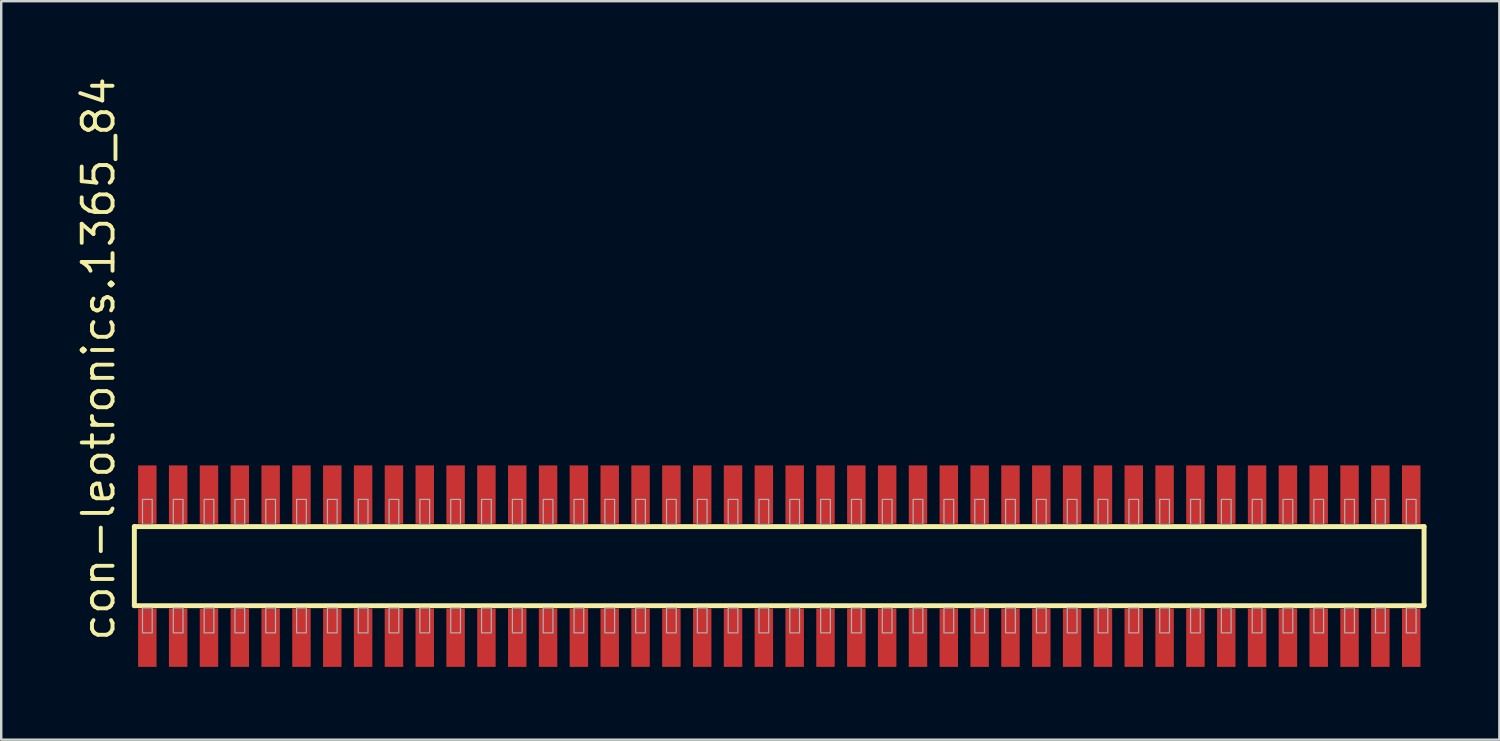
<source format=kicad_pcb>
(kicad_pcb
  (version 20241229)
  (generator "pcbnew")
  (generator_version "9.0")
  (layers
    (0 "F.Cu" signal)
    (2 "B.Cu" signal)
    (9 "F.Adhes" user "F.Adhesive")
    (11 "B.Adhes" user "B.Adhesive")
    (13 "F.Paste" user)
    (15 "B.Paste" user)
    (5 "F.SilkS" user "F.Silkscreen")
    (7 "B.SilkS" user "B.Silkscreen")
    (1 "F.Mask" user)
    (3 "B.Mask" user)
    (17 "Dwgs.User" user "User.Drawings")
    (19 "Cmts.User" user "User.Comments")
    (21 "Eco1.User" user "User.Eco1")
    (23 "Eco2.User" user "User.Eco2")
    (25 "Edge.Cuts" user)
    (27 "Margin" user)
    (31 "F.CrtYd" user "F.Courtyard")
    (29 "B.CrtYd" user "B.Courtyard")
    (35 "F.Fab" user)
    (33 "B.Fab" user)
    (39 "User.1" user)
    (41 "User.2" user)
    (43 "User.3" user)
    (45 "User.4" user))
  (footprint "con-leotronics.1365_84"
    (layer "F.Cu")
    (at 29.055 20.274)
    (property "Reference" "con-leotronics.1365_84" (at -27.305 3.175 90) (layer "F.SilkS") (effects (font (size 1.27 1.27) (thickness 0.16)) (justify left bottom)))
    (attr smd)
    (fp_line (start -26.57 -1.63) (end 26.565 -1.63) (stroke (width 0.203) (type default)) (layer "F.SilkS"))
    (fp_line (start -26.57 1.63) (end -26.57 -1.63) (stroke (width 0.203) (type default)) (layer "F.SilkS"))
    (fp_line (start 26.565 -1.63) (end 26.565 1.63) (stroke (width 0.203) (type default)) (layer "F.SilkS"))
    (fp_line (start 26.565 1.63) (end -26.57 1.63) (stroke (width 0.203) (type default)) (layer "F.SilkS"))
    (fp_rect (start -26.235 -1.725) (end -25.835 -2.75) (stroke (width 0.05) (type default)) (fill no) (layer "F.Fab"))
    (fp_rect (start -26.235 2.75) (end -25.835 1.725) (stroke (width 0.05) (type default)) (fill no) (layer "F.Fab"))
    (fp_rect (start -24.965 -1.725) (end -24.565 -2.75) (stroke (width 0.05) (type default)) (fill no) (layer "F.Fab"))
    (fp_rect (start -24.965 2.75) (end -24.565 1.725) (stroke (width 0.05) (type default)) (fill no) (layer "F.Fab"))
    (fp_rect (start -23.695 -1.725) (end -23.295 -2.75) (stroke (width 0.05) (type default)) (fill no) (layer "F.Fab"))
    (fp_rect (start -23.695 2.75) (end -23.295 1.725) (stroke (width 0.05) (type default)) (fill no) (layer "F.Fab"))
    (fp_rect (start -22.425 -1.725) (end -22.025 -2.75) (stroke (width 0.05) (type default)) (fill no) (layer "F.Fab"))
    (fp_rect (start -22.425 2.75) (end -22.025 1.725) (stroke (width 0.05) (type default)) (fill no) (layer "F.Fab"))
    (fp_rect (start -21.155 -1.725) (end -20.755 -2.75) (stroke (width 0.05) (type default)) (fill no) (layer "F.Fab"))
    (fp_rect (start -21.155 2.75) (end -20.755 1.725) (stroke (width 0.05) (type default)) (fill no) (layer "F.Fab"))
    (fp_rect (start -19.885 -1.725) (end -19.485 -2.75) (stroke (width 0.05) (type default)) (fill no) (layer "F.Fab"))
    (fp_rect (start -19.885 2.75) (end -19.485 1.725) (stroke (width 0.05) (type default)) (fill no) (layer "F.Fab"))
    (fp_rect (start -18.615 -1.725) (end -18.215 -2.75) (stroke (width 0.05) (type default)) (fill no) (layer "F.Fab"))
    (fp_rect (start -18.615 2.75) (end -18.215 1.725) (stroke (width 0.05) (type default)) (fill no) (layer "F.Fab"))
    (fp_rect (start -17.345 -1.725) (end -16.945 -2.75) (stroke (width 0.05) (type default)) (fill no) (layer "F.Fab"))
    (fp_rect (start -17.345 2.75) (end -16.945 1.725) (stroke (width 0.05) (type default)) (fill no) (layer "F.Fab"))
    (fp_rect (start -16.075 -1.725) (end -15.675 -2.75) (stroke (width 0.05) (type default)) (fill no) (layer "F.Fab"))
    (fp_rect (start -16.075 2.75) (end -15.675 1.725) (stroke (width 0.05) (type default)) (fill no) (layer "F.Fab"))
    (fp_rect (start -14.805 -1.725) (end -14.405 -2.75) (stroke (width 0.05) (type default)) (fill no) (layer "F.Fab"))
    (fp_rect (start -14.805 2.75) (end -14.405 1.725) (stroke (width 0.05) (type default)) (fill no) (layer "F.Fab"))
    (fp_rect (start -13.535 -1.725) (end -13.135 -2.75) (stroke (width 0.05) (type default)) (fill no) (layer "F.Fab"))
    (fp_rect (start -13.535 2.75) (end -13.135 1.725) (stroke (width 0.05) (type default)) (fill no) (layer "F.Fab"))
    (fp_rect (start -12.265 -1.725) (end -11.865 -2.75) (stroke (width 0.05) (type default)) (fill no) (layer "F.Fab"))
    (fp_rect (start -12.265 2.75) (end -11.865 1.725) (stroke (width 0.05) (type default)) (fill no) (layer "F.Fab"))
    (fp_rect (start -10.995 -1.725) (end -10.595 -2.75) (stroke (width 0.05) (type default)) (fill no) (layer "F.Fab"))
    (fp_rect (start -10.995 2.75) (end -10.595 1.725) (stroke (width 0.05) (type default)) (fill no) (layer "F.Fab"))
    (fp_rect (start -9.725 -1.725) (end -9.325 -2.75) (stroke (width 0.05) (type default)) (fill no) (layer "F.Fab"))
    (fp_rect (start -9.725 2.75) (end -9.325 1.725) (stroke (width 0.05) (type default)) (fill no) (layer "F.Fab"))
    (fp_rect (start -8.455 -1.725) (end -8.055 -2.75) (stroke (width 0.05) (type default)) (fill no) (layer "F.Fab"))
    (fp_rect (start -8.455 2.75) (end -8.055 1.725) (stroke (width 0.05) (type default)) (fill no) (layer "F.Fab"))
    (fp_rect (start -7.185 -1.725) (end -6.785 -2.75) (stroke (width 0.05) (type default)) (fill no) (layer "F.Fab"))
    (fp_rect (start -7.185 2.75) (end -6.785 1.725) (stroke (width 0.05) (type default)) (fill no) (layer "F.Fab"))
    (fp_rect (start -5.915 -1.725) (end -5.515 -2.75) (stroke (width 0.05) (type default)) (fill no) (layer "F.Fab"))
    (fp_rect (start -5.915 2.75) (end -5.515 1.725) (stroke (width 0.05) (type default)) (fill no) (layer "F.Fab"))
    (fp_rect (start -4.645 -1.725) (end -4.245 -2.75) (stroke (width 0.05) (type default)) (fill no) (layer "F.Fab"))
    (fp_rect (start -4.645 2.75) (end -4.245 1.725) (stroke (width 0.05) (type default)) (fill no) (layer "F.Fab"))
    (fp_rect (start -3.375 -1.725) (end -2.975 -2.75) (stroke (width 0.05) (type default)) (fill no) (layer "F.Fab"))
    (fp_rect (start -3.375 2.75) (end -2.975 1.725) (stroke (width 0.05) (type default)) (fill no) (layer "F.Fab"))
    (fp_rect (start -2.105 -1.725) (end -1.705 -2.75) (stroke (width 0.05) (type default)) (fill no) (layer "F.Fab"))
    (fp_rect (start -2.105 2.75) (end -1.705 1.725) (stroke (width 0.05) (type default)) (fill no) (layer "F.Fab"))
    (fp_rect (start -0.835 -1.725) (end -0.435 -2.75) (stroke (width 0.05) (type default)) (fill no) (layer "F.Fab"))
    (fp_rect (start -0.835 2.75) (end -0.435 1.725) (stroke (width 0.05) (type default)) (fill no) (layer "F.Fab"))
    (fp_rect (start 0.435 -1.725) (end 0.835 -2.75) (stroke (width 0.05) (type default)) (fill no) (layer "F.Fab"))
    (fp_rect (start 0.435 2.75) (end 0.835 1.725) (stroke (width 0.05) (type default)) (fill no) (layer "F.Fab"))
    (fp_rect (start 1.705 -1.725) (end 2.105 -2.75) (stroke (width 0.05) (type default)) (fill no) (layer "F.Fab"))
    (fp_rect (start 1.705 2.75) (end 2.105 1.725) (stroke (width 0.05) (type default)) (fill no) (layer "F.Fab"))
    (fp_rect (start 2.975 -1.725) (end 3.375 -2.75) (stroke (width 0.05) (type default)) (fill no) (layer "F.Fab"))
    (fp_rect (start 2.975 2.75) (end 3.375 1.725) (stroke (width 0.05) (type default)) (fill no) (layer "F.Fab"))
    (fp_rect (start 4.245 -1.725) (end 4.645 -2.75) (stroke (width 0.05) (type default)) (fill no) (layer "F.Fab"))
    (fp_rect (start 4.245 2.75) (end 4.645 1.725) (stroke (width 0.05) (type default)) (fill no) (layer "F.Fab"))
    (fp_rect (start 5.515 -1.725) (end 5.915 -2.75) (stroke (width 0.05) (type default)) (fill no) (layer "F.Fab"))
    (fp_rect (start 5.515 2.75) (end 5.915 1.725) (stroke (width 0.05) (type default)) (fill no) (layer "F.Fab"))
    (fp_rect (start 6.785 -1.725) (end 7.185 -2.75) (stroke (width 0.05) (type default)) (fill no) (layer "F.Fab"))
    (fp_rect (start 6.785 2.75) (end 7.185 1.725) (stroke (width 0.05) (type default)) (fill no) (layer "F.Fab"))
    (fp_rect (start 8.055 -1.725) (end 8.455 -2.75) (stroke (width 0.05) (type default)) (fill no) (layer "F.Fab"))
    (fp_rect (start 8.055 2.75) (end 8.455 1.725) (stroke (width 0.05) (type default)) (fill no) (layer "F.Fab"))
    (fp_rect (start 9.325 -1.725) (end 9.725 -2.75) (stroke (width 0.05) (type default)) (fill no) (layer "F.Fab"))
    (fp_rect (start 9.325 2.75) (end 9.725 1.725) (stroke (width 0.05) (type default)) (fill no) (layer "F.Fab"))
    (fp_rect (start 10.595 -1.725) (end 10.995 -2.75) (stroke (width 0.05) (type default)) (fill no) (layer "F.Fab"))
    (fp_rect (start 10.595 2.75) (end 10.995 1.725) (stroke (width 0.05) (type default)) (fill no) (layer "F.Fab"))
    (fp_rect (start 11.865 -1.725) (end 12.265 -2.75) (stroke (width 0.05) (type default)) (fill no) (layer "F.Fab"))
    (fp_rect (start 11.865 2.75) (end 12.265 1.725) (stroke (width 0.05) (type default)) (fill no) (layer "F.Fab"))
    (fp_rect (start 13.135 -1.725) (end 13.535 -2.75) (stroke (width 0.05) (type default)) (fill no) (layer "F.Fab"))
    (fp_rect (start 13.135 2.75) (end 13.535 1.725) (stroke (width 0.05) (type default)) (fill no) (layer "F.Fab"))
    (fp_rect (start 14.405 -1.725) (end 14.805 -2.75) (stroke (width 0.05) (type default)) (fill no) (layer "F.Fab"))
    (fp_rect (start 14.405 2.75) (end 14.805 1.725) (stroke (width 0.05) (type default)) (fill no) (layer "F.Fab"))
    (fp_rect (start 15.675 -1.725) (end 16.075 -2.75) (stroke (width 0.05) (type default)) (fill no) (layer "F.Fab"))
    (fp_rect (start 15.675 2.75) (end 16.075 1.725) (stroke (width 0.05) (type default)) (fill no) (layer "F.Fab"))
    (fp_rect (start 16.945 -1.725) (end 17.345 -2.75) (stroke (width 0.05) (type default)) (fill no) (layer "F.Fab"))
    (fp_rect (start 16.945 2.75) (end 17.345 1.725) (stroke (width 0.05) (type default)) (fill no) (layer "F.Fab"))
    (fp_rect (start 18.215 -1.725) (end 18.615 -2.75) (stroke (width 0.05) (type default)) (fill no) (layer "F.Fab"))
    (fp_rect (start 18.215 2.75) (end 18.615 1.725) (stroke (width 0.05) (type default)) (fill no) (layer "F.Fab"))
    (fp_rect (start 19.485 -1.725) (end 19.885 -2.75) (stroke (width 0.05) (type default)) (fill no) (layer "F.Fab"))
    (fp_rect (start 19.485 2.75) (end 19.885 1.725) (stroke (width 0.05) (type default)) (fill no) (layer "F.Fab"))
    (fp_rect (start 20.755 -1.725) (end 21.155 -2.75) (stroke (width 0.05) (type default)) (fill no) (layer "F.Fab"))
    (fp_rect (start 20.755 2.75) (end 21.155 1.725) (stroke (width 0.05) (type default)) (fill no) (layer "F.Fab"))
    (fp_rect (start 22.025 -1.725) (end 22.425 -2.75) (stroke (width 0.05) (type default)) (fill no) (layer "F.Fab"))
    (fp_rect (start 22.025 2.75) (end 22.425 1.725) (stroke (width 0.05) (type default)) (fill no) (layer "F.Fab"))
    (fp_rect (start 23.295 -1.725) (end 23.695 -2.75) (stroke (width 0.05) (type default)) (fill no) (layer "F.Fab"))
    (fp_rect (start 23.295 2.75) (end 23.695 1.725) (stroke (width 0.05) (type default)) (fill no) (layer "F.Fab"))
    (fp_rect (start 24.565 -1.725) (end 24.965 -2.75) (stroke (width 0.05) (type default)) (fill no) (layer "F.Fab"))
    (fp_rect (start 24.565 2.75) (end 24.965 1.725) (stroke (width 0.05) (type default)) (fill no) (layer "F.Fab"))
    (fp_rect (start 25.835 -1.725) (end 26.235 -2.75) (stroke (width 0.05) (type default)) (fill no) (layer "F.Fab"))
    (fp_rect (start 25.835 2.75) (end 26.235 1.725) (stroke (width 0.05) (type default)) (fill no) (layer "F.Fab"))
    (pad "1" smd roundrect (at -26.035 2.95) (size 0.76 2.4) (layers "F.Cu" "F.Mask" "F.Paste") (roundrect_rratio 0.01))
    (pad "2" smd roundrect (at -26.035 -2.95) (size 0.76 2.4) (layers "F.Cu" "F.Mask" "F.Paste") (roundrect_rratio 0.01))
    (pad "3" smd roundrect (at -24.765 2.95) (size 0.76 2.4) (layers "F.Cu" "F.Mask" "F.Paste") (roundrect_rratio 0.01))
    (pad "4" smd roundrect (at -24.765 -2.95) (size 0.76 2.4) (layers "F.Cu" "F.Mask" "F.Paste") (roundrect_rratio 0.01))
    (pad "5" smd roundrect (at -23.495 2.95) (size 0.76 2.4) (layers "F.Cu" "F.Mask" "F.Paste") (roundrect_rratio 0.01))
    (pad "6" smd roundrect (at -23.495 -2.95) (size 0.76 2.4) (layers "F.Cu" "F.Mask" "F.Paste") (roundrect_rratio 0.01))
    (pad "7" smd roundrect (at -22.225 2.95) (size 0.76 2.4) (layers "F.Cu" "F.Mask" "F.Paste") (roundrect_rratio 0.01))
    (pad "8" smd roundrect (at -22.225 -2.95) (size 0.76 2.4) (layers "F.Cu" "F.Mask" "F.Paste") (roundrect_rratio 0.01))
    (pad "9" smd roundrect (at -20.955 2.95) (size 0.76 2.4) (layers "F.Cu" "F.Mask" "F.Paste") (roundrect_rratio 0.01))
    (pad "10" smd roundrect (at -20.955 -2.95) (size 0.76 2.4) (layers "F.Cu" "F.Mask" "F.Paste") (roundrect_rratio 0.01))
    (pad "11" smd roundrect (at -19.685 2.95) (size 0.76 2.4) (layers "F.Cu" "F.Mask" "F.Paste") (roundrect_rratio 0.01))
    (pad "12" smd roundrect (at -19.685 -2.95) (size 0.76 2.4) (layers "F.Cu" "F.Mask" "F.Paste") (roundrect_rratio 0.01))
    (pad "13" smd roundrect (at -18.415 2.95) (size 0.76 2.4) (layers "F.Cu" "F.Mask" "F.Paste") (roundrect_rratio 0.01))
    (pad "14" smd roundrect (at -18.415 -2.95) (size 0.76 2.4) (layers "F.Cu" "F.Mask" "F.Paste") (roundrect_rratio 0.01))
    (pad "15" smd roundrect (at -17.145 2.95) (size 0.76 2.4) (layers "F.Cu" "F.Mask" "F.Paste") (roundrect_rratio 0.01))
    (pad "16" smd roundrect (at -17.145 -2.95) (size 0.76 2.4) (layers "F.Cu" "F.Mask" "F.Paste") (roundrect_rratio 0.01))
    (pad "17" smd roundrect (at -15.875 2.95) (size 0.76 2.4) (layers "F.Cu" "F.Mask" "F.Paste") (roundrect_rratio 0.01))
    (pad "18" smd roundrect (at -15.875 -2.95) (size 0.76 2.4) (layers "F.Cu" "F.Mask" "F.Paste") (roundrect_rratio 0.01))
    (pad "19" smd roundrect (at -14.605 2.95) (size 0.76 2.4) (layers "F.Cu" "F.Mask" "F.Paste") (roundrect_rratio 0.01))
    (pad "20" smd roundrect (at -14.605 -2.95) (size 0.76 2.4) (layers "F.Cu" "F.Mask" "F.Paste") (roundrect_rratio 0.01))
    (pad "21" smd roundrect (at -13.335 2.95) (size 0.76 2.4) (layers "F.Cu" "F.Mask" "F.Paste") (roundrect_rratio 0.01))
    (pad "22" smd roundrect (at -13.335 -2.95) (size 0.76 2.4) (layers "F.Cu" "F.Mask" "F.Paste") (roundrect_rratio 0.01))
    (pad "23" smd roundrect (at -12.065 2.95) (size 0.76 2.4) (layers "F.Cu" "F.Mask" "F.Paste") (roundrect_rratio 0.01))
    (pad "24" smd roundrect (at -12.065 -2.95) (size 0.76 2.4) (layers "F.Cu" "F.Mask" "F.Paste") (roundrect_rratio 0.01))
    (pad "25" smd roundrect (at -10.795 2.95) (size 0.76 2.4) (layers "F.Cu" "F.Mask" "F.Paste") (roundrect_rratio 0.01))
    (pad "26" smd roundrect (at -10.795 -2.95) (size 0.76 2.4) (layers "F.Cu" "F.Mask" "F.Paste") (roundrect_rratio 0.01))
    (pad "27" smd roundrect (at -9.525 2.95) (size 0.76 2.4) (layers "F.Cu" "F.Mask" "F.Paste") (roundrect_rratio 0.01))
    (pad "28" smd roundrect (at -9.525 -2.95) (size 0.76 2.4) (layers "F.Cu" "F.Mask" "F.Paste") (roundrect_rratio 0.01))
    (pad "29" smd roundrect (at -8.255 2.95) (size 0.76 2.4) (layers "F.Cu" "F.Mask" "F.Paste") (roundrect_rratio 0.01))
    (pad "30" smd roundrect (at -8.255 -2.95) (size 0.76 2.4) (layers "F.Cu" "F.Mask" "F.Paste") (roundrect_rratio 0.01))
    (pad "31" smd roundrect (at -6.985 2.95) (size 0.76 2.4) (layers "F.Cu" "F.Mask" "F.Paste") (roundrect_rratio 0.01))
    (pad "32" smd roundrect (at -6.985 -2.95) (size 0.76 2.4) (layers "F.Cu" "F.Mask" "F.Paste") (roundrect_rratio 0.01))
    (pad "33" smd roundrect (at -5.715 2.95) (size 0.76 2.4) (layers "F.Cu" "F.Mask" "F.Paste") (roundrect_rratio 0.01))
    (pad "34" smd roundrect (at -5.715 -2.95) (size 0.76 2.4) (layers "F.Cu" "F.Mask" "F.Paste") (roundrect_rratio 0.01))
    (pad "35" smd roundrect (at -4.445 2.95) (size 0.76 2.4) (layers "F.Cu" "F.Mask" "F.Paste") (roundrect_rratio 0.01))
    (pad "36" smd roundrect (at -4.445 -2.95) (size 0.76 2.4) (layers "F.Cu" "F.Mask" "F.Paste") (roundrect_rratio 0.01))
    (pad "37" smd roundrect (at -3.175 2.95) (size 0.76 2.4) (layers "F.Cu" "F.Mask" "F.Paste") (roundrect_rratio 0.01))
    (pad "38" smd roundrect (at -3.175 -2.95) (size 0.76 2.4) (layers "F.Cu" "F.Mask" "F.Paste") (roundrect_rratio 0.01))
    (pad "39" smd roundrect (at -1.905 2.95) (size 0.76 2.4) (layers "F.Cu" "F.Mask" "F.Paste") (roundrect_rratio 0.01))
    (pad "40" smd roundrect (at -1.905 -2.95) (size 0.76 2.4) (layers "F.Cu" "F.Mask" "F.Paste") (roundrect_rratio 0.01))
    (pad "41" smd roundrect (at -0.635 2.95) (size 0.76 2.4) (layers "F.Cu" "F.Mask" "F.Paste") (roundrect_rratio 0.01))
    (pad "42" smd roundrect (at -0.635 -2.95) (size 0.76 2.4) (layers "F.Cu" "F.Mask" "F.Paste") (roundrect_rratio 0.01))
    (pad "43" smd roundrect (at 0.635 2.95) (size 0.76 2.4) (layers "F.Cu" "F.Mask" "F.Paste") (roundrect_rratio 0.01))
    (pad "44" smd roundrect (at 0.635 -2.95) (size 0.76 2.4) (layers "F.Cu" "F.Mask" "F.Paste") (roundrect_rratio 0.01))
    (pad "45" smd roundrect (at 1.905 2.95) (size 0.76 2.4) (layers "F.Cu" "F.Mask" "F.Paste") (roundrect_rratio 0.01))
    (pad "46" smd roundrect (at 1.905 -2.95) (size 0.76 2.4) (layers "F.Cu" "F.Mask" "F.Paste") (roundrect_rratio 0.01))
    (pad "47" smd roundrect (at 3.175 2.95) (size 0.76 2.4) (layers "F.Cu" "F.Mask" "F.Paste") (roundrect_rratio 0.01))
    (pad "48" smd roundrect (at 3.175 -2.95) (size 0.76 2.4) (layers "F.Cu" "F.Mask" "F.Paste") (roundrect_rratio 0.01))
    (pad "49" smd roundrect (at 4.445 2.95) (size 0.76 2.4) (layers "F.Cu" "F.Mask" "F.Paste") (roundrect_rratio 0.01))
    (pad "50" smd roundrect (at 4.445 -2.95) (size 0.76 2.4) (layers "F.Cu" "F.Mask" "F.Paste") (roundrect_rratio 0.01))
    (pad "51" smd roundrect (at 5.715 2.95) (size 0.76 2.4) (layers "F.Cu" "F.Mask" "F.Paste") (roundrect_rratio 0.01))
    (pad "52" smd roundrect (at 5.715 -2.95) (size 0.76 2.4) (layers "F.Cu" "F.Mask" "F.Paste") (roundrect_rratio 0.01))
    (pad "53" smd roundrect (at 6.985 2.95) (size 0.76 2.4) (layers "F.Cu" "F.Mask" "F.Paste") (roundrect_rratio 0.01))
    (pad "54" smd roundrect (at 6.985 -2.95) (size 0.76 2.4) (layers "F.Cu" "F.Mask" "F.Paste") (roundrect_rratio 0.01))
    (pad "55" smd roundrect (at 8.255 2.95) (size 0.76 2.4) (layers "F.Cu" "F.Mask" "F.Paste") (roundrect_rratio 0.01))
    (pad "56" smd roundrect (at 8.255 -2.95) (size 0.76 2.4) (layers "F.Cu" "F.Mask" "F.Paste") (roundrect_rratio 0.01))
    (pad "57" smd roundrect (at 9.525 2.95) (size 0.76 2.4) (layers "F.Cu" "F.Mask" "F.Paste") (roundrect_rratio 0.01))
    (pad "58" smd roundrect (at 9.525 -2.95) (size 0.76 2.4) (layers "F.Cu" "F.Mask" "F.Paste") (roundrect_rratio 0.01))
    (pad "59" smd roundrect (at 10.795 2.95) (size 0.76 2.4) (layers "F.Cu" "F.Mask" "F.Paste") (roundrect_rratio 0.01))
    (pad "60" smd roundrect (at 10.795 -2.95) (size 0.76 2.4) (layers "F.Cu" "F.Mask" "F.Paste") (roundrect_rratio 0.01))
    (pad "61" smd roundrect (at 12.065 2.95) (size 0.76 2.4) (layers "F.Cu" "F.Mask" "F.Paste") (roundrect_rratio 0.01))
    (pad "62" smd roundrect (at 12.065 -2.95) (size 0.76 2.4) (layers "F.Cu" "F.Mask" "F.Paste") (roundrect_rratio 0.01))
    (pad "63" smd roundrect (at 13.335 2.95) (size 0.76 2.4) (layers "F.Cu" "F.Mask" "F.Paste") (roundrect_rratio 0.01))
    (pad "64" smd roundrect (at 13.335 -2.95) (size 0.76 2.4) (layers "F.Cu" "F.Mask" "F.Paste") (roundrect_rratio 0.01))
    (pad "65" smd roundrect (at 14.605 2.95) (size 0.76 2.4) (layers "F.Cu" "F.Mask" "F.Paste") (roundrect_rratio 0.01))
    (pad "66" smd roundrect (at 14.605 -2.95) (size 0.76 2.4) (layers "F.Cu" "F.Mask" "F.Paste") (roundrect_rratio 0.01))
    (pad "67" smd roundrect (at 15.875 2.95) (size 0.76 2.4) (layers "F.Cu" "F.Mask" "F.Paste") (roundrect_rratio 0.01))
    (pad "68" smd roundrect (at 15.875 -2.95) (size 0.76 2.4) (layers "F.Cu" "F.Mask" "F.Paste") (roundrect_rratio 0.01))
    (pad "69" smd roundrect (at 17.145 2.95) (size 0.76 2.4) (layers "F.Cu" "F.Mask" "F.Paste") (roundrect_rratio 0.01))
    (pad "70" smd roundrect (at 17.145 -2.95) (size 0.76 2.4) (layers "F.Cu" "F.Mask" "F.Paste") (roundrect_rratio 0.01))
    (pad "71" smd roundrect (at 18.415 2.95) (size 0.76 2.4) (layers "F.Cu" "F.Mask" "F.Paste") (roundrect_rratio 0.01))
    (pad "72" smd roundrect (at 18.415 -2.95) (size 0.76 2.4) (layers "F.Cu" "F.Mask" "F.Paste") (roundrect_rratio 0.01))
    (pad "73" smd roundrect (at 19.685 2.95) (size 0.76 2.4) (layers "F.Cu" "F.Mask" "F.Paste") (roundrect_rratio 0.01))
    (pad "74" smd roundrect (at 19.685 -2.95) (size 0.76 2.4) (layers "F.Cu" "F.Mask" "F.Paste") (roundrect_rratio 0.01))
    (pad "75" smd roundrect (at 20.955 2.95) (size 0.76 2.4) (layers "F.Cu" "F.Mask" "F.Paste") (roundrect_rratio 0.01))
    (pad "76" smd roundrect (at 20.955 -2.95) (size 0.76 2.4) (layers "F.Cu" "F.Mask" "F.Paste") (roundrect_rratio 0.01))
    (pad "77" smd roundrect (at 22.225 2.95) (size 0.76 2.4) (layers "F.Cu" "F.Mask" "F.Paste") (roundrect_rratio 0.01))
    (pad "78" smd roundrect (at 22.225 -2.95) (size 0.76 2.4) (layers "F.Cu" "F.Mask" "F.Paste") (roundrect_rratio 0.01))
    (pad "79" smd roundrect (at 23.495 2.95) (size 0.76 2.4) (layers "F.Cu" "F.Mask" "F.Paste") (roundrect_rratio 0.01))
    (pad "80" smd roundrect (at 23.495 -2.95) (size 0.76 2.4) (layers "F.Cu" "F.Mask" "F.Paste") (roundrect_rratio 0.01))
    (pad "81" smd roundrect (at 24.765 2.95) (size 0.76 2.4) (layers "F.Cu" "F.Mask" "F.Paste") (roundrect_rratio 0.01))
    (pad "82" smd roundrect (at 24.765 -2.95) (size 0.76 2.4) (layers "F.Cu" "F.Mask" "F.Paste") (roundrect_rratio 0.01))
    (pad "83" smd roundrect (at 26.035 2.95) (size 0.76 2.4) (layers "F.Cu" "F.Mask" "F.Paste") (roundrect_rratio 0.01))
    (pad "84" smd roundrect (at 26.035 -2.95) (size 0.76 2.4) (layers "F.Cu" "F.Mask" "F.Paste") (roundrect_rratio 0.01)))
  (gr_rect
    (start -3 -3)
    (end 58.722 27.424)
    (stroke (width 0.1) (type default))
    (fill no)
    (layer "Edge.Cuts")))
</source>
